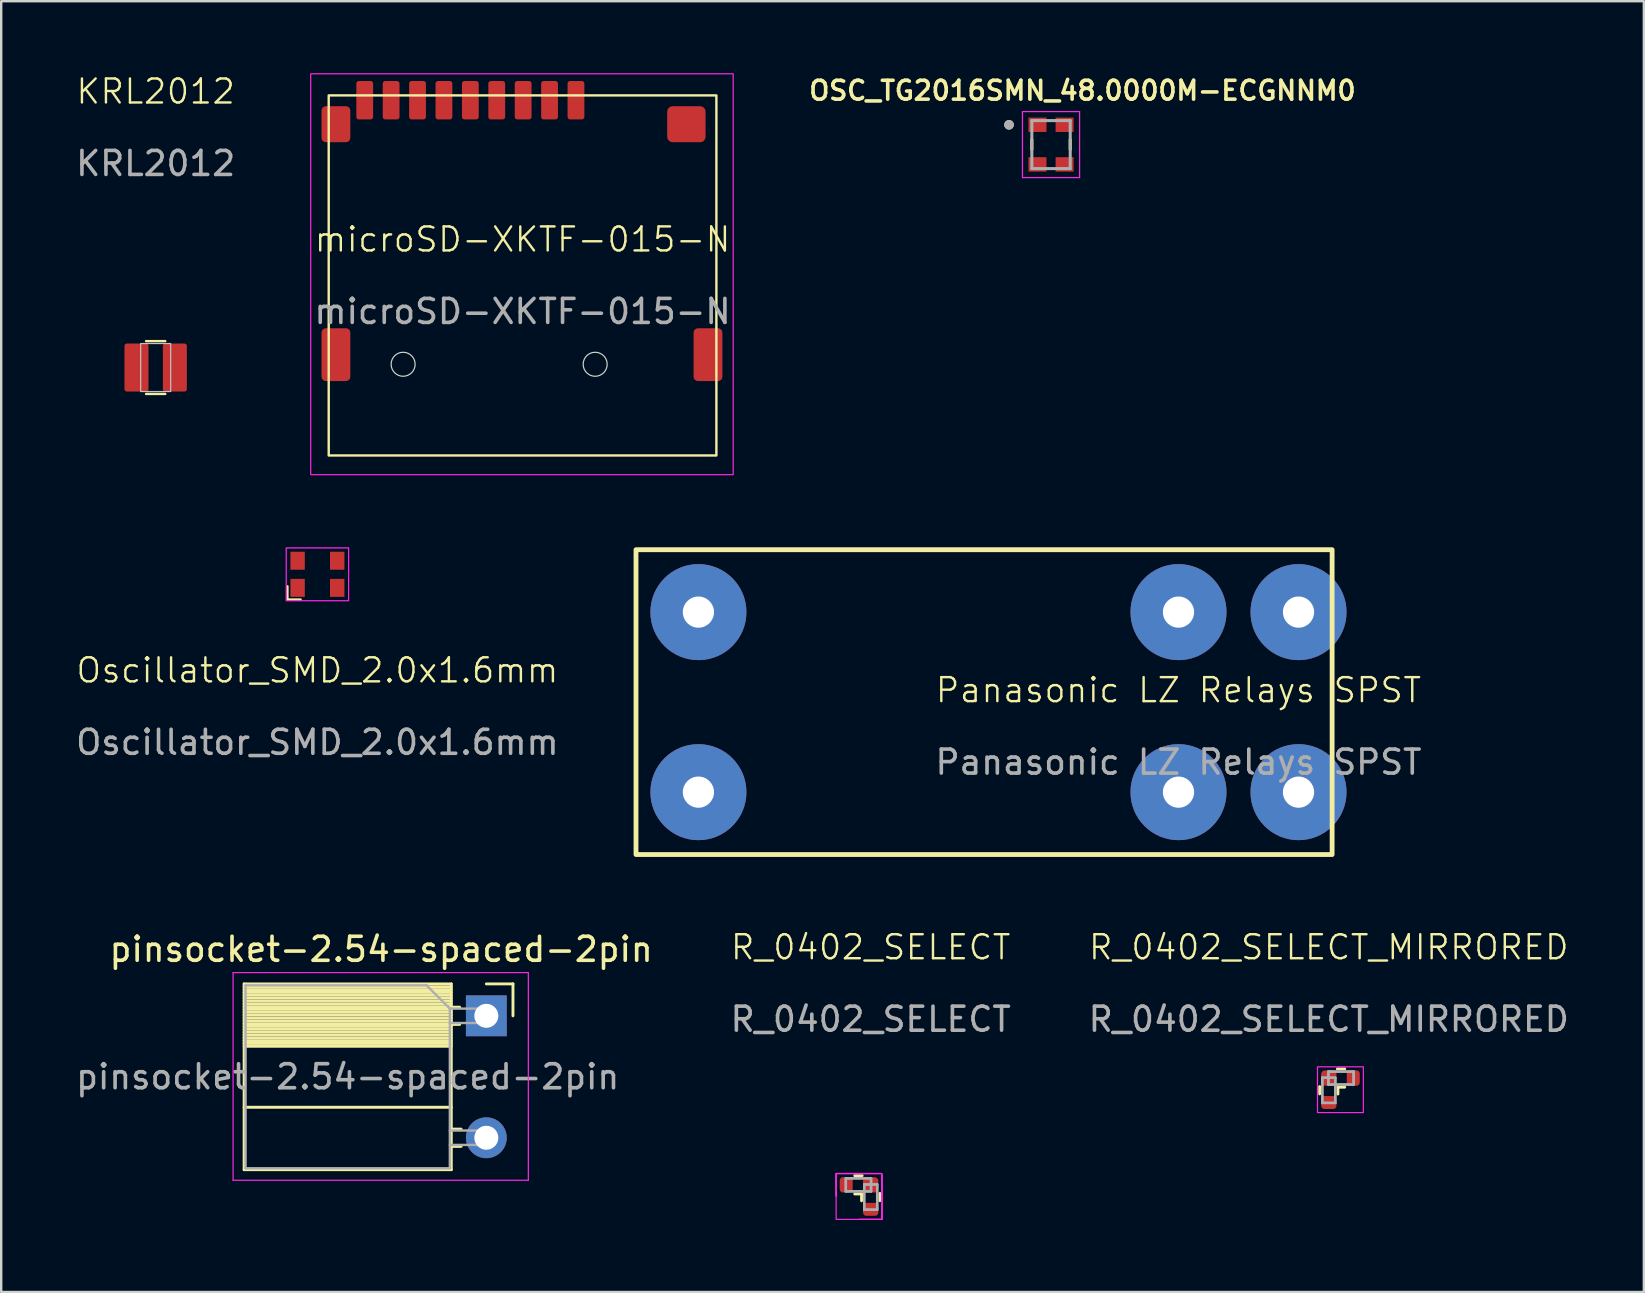
<source format=kicad_pcb>
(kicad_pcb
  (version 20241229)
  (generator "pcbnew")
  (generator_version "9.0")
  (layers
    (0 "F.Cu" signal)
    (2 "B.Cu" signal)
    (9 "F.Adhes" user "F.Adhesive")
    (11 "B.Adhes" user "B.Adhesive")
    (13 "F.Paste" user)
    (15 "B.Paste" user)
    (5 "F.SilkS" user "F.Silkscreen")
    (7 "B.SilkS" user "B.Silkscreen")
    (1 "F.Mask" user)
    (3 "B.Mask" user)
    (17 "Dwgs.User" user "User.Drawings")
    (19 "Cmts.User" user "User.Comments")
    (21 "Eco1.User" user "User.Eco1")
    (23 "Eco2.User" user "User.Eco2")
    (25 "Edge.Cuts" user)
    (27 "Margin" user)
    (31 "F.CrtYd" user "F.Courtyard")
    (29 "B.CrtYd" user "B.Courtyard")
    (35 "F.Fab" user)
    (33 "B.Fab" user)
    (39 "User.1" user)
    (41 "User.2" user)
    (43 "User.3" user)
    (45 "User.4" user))
  (footprint "Panasonic LZ Relays SPST"
    (layer "F.Cu")
    (at 46.045 26.2)
    (property "Reference" "Panasonic LZ Relays SPST" (at 0 -0.5 0) (unlocked yes) (layer "F.SilkS") (effects (font (size 1 1) (thickness 0.1))))
    (attr smd)
    (fp_rect (start -22.6 -6.35) (end 6.4 6.35) (stroke (width 0.2) (type solid)) (fill no) (layer "F.SilkS"))
    (fp_text user "${REFERENCE}" (at 0 2.5 0) (unlocked yes) (layer "F.Fab") (effects (font (size 1 1) (thickness 0.15))))
    (pad "13" thru_hole circle (at 0 -3.75) (size 4 4) (drill 1.3) (layers "*.Cu" "*.Mask"))
    (pad "13" thru_hole circle (at 0 3.75) (size 4 4) (drill 1.3) (layers "*.Cu" "*.Mask"))
    (pad "14" thru_hole circle (at 5 -3.75) (size 4 4) (drill 1.3) (layers "*.Cu" "*.Mask"))
    (pad "14" thru_hole circle (at 5 3.75) (size 4 4) (drill 1.3) (layers "*.Cu" "*.Mask"))
    (pad "A1" thru_hole circle (at -20 3.75) (size 4 4) (drill 1.3) (layers "*.Cu" "*.Mask"))
    (pad "A2" thru_hole circle (at -20 -3.75) (size 4 4) (drill 1.3) (layers "*.Cu" "*.Mask")))
  (footprint "KRL2012"
    (layer "F.Cu")
    (at 3.435 12.261)
    (property "Reference" "KRL2012" (at 0 -11.5 0) (unlocked yes) (layer "F.SilkS") (effects (font (size 1 1) (thickness 0.1))))
    (attr smd)
    (fp_line (start -0.4 -1.1) (end 0.4 -1.1) (stroke (width 0.1) (type default)) (layer "F.SilkS"))
    (fp_line (start -0.4 1.1) (end 0.4 1.1) (stroke (width 0.1) (type default)) (layer "F.SilkS"))
    (fp_rect (start -0.625 -1) (end 0.625 1) (stroke (width 0.05) (type default)) (fill no) (layer "Dwgs.User"))
    (fp_text user "${REFERENCE}" (at 0 -8.5 0) (unlocked yes) (layer "F.Fab") (effects (font (size 1 1) (thickness 0.15))))
    (pad "1" smd roundrect (at -0.8 0) (size 1 2) (layers "F.Cu" "F.Mask" "F.Paste") (roundrect_rratio 0.1))
    (pad "2" smd roundrect (at 0.8 0) (size 1 2) (layers "F.Cu" "F.Mask" "F.Paste") (roundrect_rratio 0.1)))
  (footprint "OSC_TG2016SMN_48.0000M-ECGNNM0"
    (layer "F.Cu")
    (at 40.735 2.974)
    (property "Reference" "OSC_TG2016SMN_48.0000M-ECGNNM0" (at 1.31 -2.25 0) (layer "F.SilkS") (effects (font (size 0.787 0.787) (thickness 0.15))))
    (attr smd)
    (fp_line (start -0.8 0.205) (end -0.8 -0.205) (stroke (width 0.127) (type solid)) (layer "F.SilkS"))
    (fp_line (start 0.8 -0.205) (end 0.8 0.205) (stroke (width 0.127) (type solid)) (layer "F.SilkS"))
    (fp_circle (center -1.75 -0.825) (end -1.65 -0.825) (stroke (width 0.2) (type solid)) (fill no) (layer "F.SilkS"))
    (fp_line (start -1.19 -1.375) (end -1.19 1.375) (stroke (width 0.05) (type solid)) (layer "F.CrtYd"))
    (fp_line (start -1.19 1.375) (end 1.19 1.375) (stroke (width 0.05) (type solid)) (layer "F.CrtYd"))
    (fp_line (start 1.19 -1.375) (end -1.19 -1.375) (stroke (width 0.05) (type solid)) (layer "F.CrtYd"))
    (fp_line (start 1.19 1.375) (end 1.19 -1.375) (stroke (width 0.05) (type solid)) (layer "F.CrtYd"))
    (fp_line (start -0.8 -1) (end 0.8 -1) (stroke (width 0.127) (type solid)) (layer "F.Fab"))
    (fp_line (start -0.8 1) (end -0.8 -1) (stroke (width 0.127) (type solid)) (layer "F.Fab"))
    (fp_line (start 0.8 -1) (end 0.8 1) (stroke (width 0.127) (type solid)) (layer "F.Fab"))
    (fp_line (start 0.8 1) (end -0.8 1) (stroke (width 0.127) (type solid)) (layer "F.Fab"))
    (fp_circle (center -1.75 -0.825) (end -1.65 -0.825) (stroke (width 0.2) (type solid)) (fill no) (layer "F.Fab"))
    (pad "1" smd rect (at -0.565 -0.825) (size 0.75 0.6) (layers "F.Cu" "F.Mask" "F.Paste"))
    (pad "2" smd rect (at -0.565 0.825) (size 0.75 0.6) (layers "F.Cu" "F.Mask" "F.Paste"))
    (pad "3" smd rect (at 0.565 0.825) (size 0.75 0.6) (layers "F.Cu" "F.Mask" "F.Paste"))
    (pad "4" smd rect (at 0.565 -0.825) (size 0.75 0.6) (layers "F.Cu" "F.Mask" "F.Paste")))
  (footprint "pinsocket-2.54-spaced-2pin"
    (layer "F.Cu")
    (at 17.21 39.268)
    (property "Reference" "pinsocket-2.54-spaced-2pin" (at -4.38 -2.77 0) (layer "F.SilkS") (effects (font (size 1 1) (thickness 0.15))))
    (attr through_hole)
    (fp_line (start -10.09 -1.33) (end -10.09 6.41) (stroke (width 0.12) (type solid)) (layer "F.SilkS"))
    (fp_line (start -10.09 -1.33) (end -1.46 -1.33) (stroke (width 0.12) (type solid)) (layer "F.SilkS"))
    (fp_line (start -10.09 -1.21) (end -1.46 -1.21) (stroke (width 0.12) (type solid)) (layer "F.SilkS"))
    (fp_line (start -10.09 -1.092) (end -1.46 -1.092) (stroke (width 0.12) (type solid)) (layer "F.SilkS"))
    (fp_line (start -10.09 -0.974) (end -1.46 -0.974) (stroke (width 0.12) (type solid)) (layer "F.SilkS"))
    (fp_line (start -10.09 -0.856) (end -1.46 -0.856) (stroke (width 0.12) (type solid)) (layer "F.SilkS"))
    (fp_line (start -10.09 -0.738) (end -1.46 -0.738) (stroke (width 0.12) (type solid)) (layer "F.SilkS"))
    (fp_line (start -10.09 -0.62) (end -1.46 -0.62) (stroke (width 0.12) (type solid)) (layer "F.SilkS"))
    (fp_line (start -10.09 -0.501) (end -1.46 -0.501) (stroke (width 0.12) (type solid)) (layer "F.SilkS"))
    (fp_line (start -10.09 -0.383) (end -1.46 -0.383) (stroke (width 0.12) (type solid)) (layer "F.SilkS"))
    (fp_line (start -10.09 -0.265) (end -1.46 -0.265) (stroke (width 0.12) (type solid)) (layer "F.SilkS"))
    (fp_line (start -10.09 -0.147) (end -1.46 -0.147) (stroke (width 0.12) (type solid)) (layer "F.SilkS"))
    (fp_line (start -10.09 -0.029) (end -1.46 -0.029) (stroke (width 0.12) (type solid)) (layer "F.SilkS"))
    (fp_line (start -10.09 0.089) (end -1.46 0.089) (stroke (width 0.12) (type solid)) (layer "F.SilkS"))
    (fp_line (start -10.09 0.207) (end -1.46 0.207) (stroke (width 0.12) (type solid)) (layer "F.SilkS"))
    (fp_line (start -10.09 0.325) (end -1.46 0.325) (stroke (width 0.12) (type solid)) (layer "F.SilkS"))
    (fp_line (start -10.09 0.443) (end -1.46 0.443) (stroke (width 0.12) (type solid)) (layer "F.SilkS"))
    (fp_line (start -10.09 0.561) (end -1.46 0.561) (stroke (width 0.12) (type solid)) (layer "F.SilkS"))
    (fp_line (start -10.09 0.68) (end -1.46 0.68) (stroke (width 0.12) (type solid)) (layer "F.SilkS"))
    (fp_line (start -10.09 0.798) (end -1.46 0.798) (stroke (width 0.12) (type solid)) (layer "F.SilkS"))
    (fp_line (start -10.09 0.916) (end -1.46 0.916) (stroke (width 0.12) (type solid)) (layer "F.SilkS"))
    (fp_line (start -10.09 1.034) (end -1.46 1.034) (stroke (width 0.12) (type solid)) (layer "F.SilkS"))
    (fp_line (start -10.09 1.152) (end -1.46 1.152) (stroke (width 0.12) (type solid)) (layer "F.SilkS"))
    (fp_line (start -10.09 1.27) (end -1.46 1.27) (stroke (width 0.12) (type solid)) (layer "F.SilkS"))
    (fp_line (start -10.09 3.81) (end -1.46 3.81) (stroke (width 0.12) (type solid)) (layer "F.SilkS"))
    (fp_line (start -10.09 6.41) (end -1.46 6.41) (stroke (width 0.12) (type solid)) (layer "F.SilkS"))
    (fp_line (start -1.46 -1.33) (end -1.46 6.41) (stroke (width 0.12) (type solid)) (layer "F.SilkS"))
    (fp_line (start -1.46 -0.36) (end -1.11 -0.36) (stroke (width 0.12) (type solid)) (layer "F.SilkS"))
    (fp_line (start -1.46 0.36) (end -1.11 0.36) (stroke (width 0.12) (type solid)) (layer "F.SilkS"))
    (fp_line (start -1.46 4.72) (end -1.05 4.72) (stroke (width 0.12) (type solid)) (layer "F.SilkS"))
    (fp_line (start -1.46 5.44) (end -1.05 5.44) (stroke (width 0.12) (type solid)) (layer "F.SilkS"))
    (fp_line (start 0 -1.33) (end 1.11 -1.33) (stroke (width 0.12) (type solid)) (layer "F.SilkS"))
    (fp_line (start 1.11 -1.33) (end 1.11 0) (stroke (width 0.12) (type solid)) (layer "F.SilkS"))
    (fp_line (start -10.55 -1.8) (end -10.55 6.85) (stroke (width 0.05) (type solid)) (layer "F.CrtYd"))
    (fp_line (start -10.55 6.85) (end 1.75 6.85) (stroke (width 0.05) (type solid)) (layer "F.CrtYd"))
    (fp_line (start 1.75 -1.8) (end -10.55 -1.8) (stroke (width 0.05) (type solid)) (layer "F.CrtYd"))
    (fp_line (start 1.75 6.85) (end 1.75 -1.8) (stroke (width 0.05) (type solid)) (layer "F.CrtYd"))
    (fp_line (start -10.03 -1.27) (end -2.49 -1.27) (stroke (width 0.1) (type solid)) (layer "F.Fab"))
    (fp_line (start -10.03 6.35) (end -10.03 -1.27) (stroke (width 0.1) (type solid)) (layer "F.Fab"))
    (fp_line (start -2.49 -1.27) (end -1.52 -0.3) (stroke (width 0.1) (type solid)) (layer "F.Fab"))
    (fp_line (start -1.52 -0.3) (end -1.52 6.35) (stroke (width 0.1) (type solid)) (layer "F.Fab"))
    (fp_line (start -1.52 0.3) (end 0 0.3) (stroke (width 0.1) (type solid)) (layer "F.Fab"))
    (fp_line (start -1.52 5.38) (end 0 5.38) (stroke (width 0.1) (type solid)) (layer "F.Fab"))
    (fp_line (start -1.52 6.35) (end -10.03 6.35) (stroke (width 0.1) (type solid)) (layer "F.Fab"))
    (fp_line (start 0 -0.3) (end -1.52 -0.3) (stroke (width 0.1) (type solid)) (layer "F.Fab"))
    (fp_line (start 0 0.3) (end 0 -0.3) (stroke (width 0.1) (type solid)) (layer "F.Fab"))
    (fp_line (start 0 4.78) (end -1.52 4.78) (stroke (width 0.1) (type solid)) (layer "F.Fab"))
    (fp_line (start 0 5.38) (end 0 4.78) (stroke (width 0.1) (type solid)) (layer "F.Fab"))
    (fp_text user "${REFERENCE}" (at -5.775 2.54 0) (layer "F.Fab") (effects (font (size 1 1) (thickness 0.15))))
    (pad "1" thru_hole rect (at 0 0) (size 1.7 1.7) (drill 1) (layers "*.Cu" "*.Mask"))
    (pad "2" thru_hole oval (at 0 5.08) (size 1.7 1.7) (drill 1) (layers "*.Cu" "*.Mask")))
  (footprint "microSD-XKTF-015-N"
    (layer "F.Cu")
    (at 18.694 12.125)
    (property "Reference" "microSD-XKTF-015-N" (at 0.025 -5.2 0) (unlocked yes) (layer "F.SilkS") (effects (font (size 1 1) (thickness 0.1))))
    (attr smd)
    (fp_rect (start -8.05 -11.2) (end 8.1 3.8) (stroke (width 0.1) (type solid)) (fill no) (layer "F.SilkS"))
    (fp_circle (center -4.95 0) (end -4.45 0) (stroke (width 0.05) (type solid)) (fill no) (layer "Edge.Cuts"))
    (fp_circle (center 3.05 0) (end 3.55 0) (stroke (width 0.05) (type solid)) (fill no) (layer "Edge.Cuts"))
    (fp_rect (start -8.8 -12.1) (end 8.8 4.6) (stroke (width 0.05) (type default)) (fill no) (layer "F.CrtYd"))
    (fp_text user "${REFERENCE}" (at 0.025 -2.2 0) (unlocked yes) (layer "F.Fab") (effects (font (size 1 1) (thickness 0.15))))
    (pad "1" smd roundrect (at 2.25 -11) (size 0.7 1.6) (layers "F.Cu" "F.Mask" "F.Paste") (roundrect_rratio 0.15))
    (pad "2" smd roundrect (at 1.15 -11) (size 0.7 1.6) (layers "F.Cu" "F.Mask" "F.Paste") (roundrect_rratio 0.15))
    (pad "3" smd roundrect (at 0.05 -11) (size 0.7 1.6) (layers "F.Cu" "F.Mask" "F.Paste") (roundrect_rratio 0.15))
    (pad "4" smd roundrect (at -1.05 -11) (size 0.7 1.6) (layers "F.Cu" "F.Mask" "F.Paste") (roundrect_rratio 0.15))
    (pad "5" smd roundrect (at -2.15 -11) (size 0.7 1.6) (layers "F.Cu" "F.Mask" "F.Paste") (roundrect_rratio 0.15))
    (pad "6" smd roundrect (at -3.25 -11) (size 0.7 1.6) (layers "F.Cu" "F.Mask" "F.Paste") (roundrect_rratio 0.15))
    (pad "7" smd roundrect (at -4.35 -11) (size 0.7 1.6) (layers "F.Cu" "F.Mask" "F.Paste") (roundrect_rratio 0.15))
    (pad "8" smd roundrect (at -5.45 -11) (size 0.7 1.6) (layers "F.Cu" "F.Mask" "F.Paste") (roundrect_rratio 0.15))
    (pad "9" smd roundrect (at -6.55 -11) (size 0.7 1.6) (layers "F.Cu" "F.Mask" "F.Paste") (roundrect_rratio 0.15))
    (pad "10" smd roundrect (at -7.75 -10) (size 1.2 1.5) (layers "F.Cu" "F.Mask" "F.Paste") (roundrect_rratio 0.15))
    (pad "10" smd roundrect (at -7.75 -0.4) (size 1.2 2.2) (layers "F.Cu" "F.Mask" "F.Paste") (roundrect_rratio 0.15))
    (pad "10" smd roundrect (at 6.85 -10) (size 1.6 1.5) (layers "F.Cu" "F.Mask" "F.Paste") (roundrect_rratio 0.15))
    (pad "10" smd roundrect (at 7.75 -0.4) (size 1.2 2.2) (layers "F.Cu" "F.Mask" "F.Paste") (roundrect_rratio 0.15)))
  (footprint "R_0402_SELECT"
    (layer "F.Cu")
    (at 33.222 46.309)
    (property "Reference" "R_0402_SELECT" (at 0 -9.898 0) (unlocked yes) (layer "F.SilkS") (effects (font (size 1 1) (thickness 0.1))))
    (attr smd)
    (fp_line (start -0.664 -0.381) (end -0.356 -0.381) (stroke (width 0.12) (type solid)) (layer "F.SilkS"))
    (fp_line (start -0.664 0.381) (end -0.381 0.381) (stroke (width 0.12) (type solid)) (layer "F.SilkS"))
    (fp_line (start -0.381 0.664) (end -0.381 0.381) (stroke (width 0.12) (type solid)) (layer "F.SilkS"))
    (fp_line (start 0.381 0.66) (end 0.381 0.356) (stroke (width 0.12) (type solid)) (layer "F.SilkS"))
    (fp_line (start -1.44 -0.47) (end 0.42 -0.47) (stroke (width 0.05) (type solid)) (layer "F.CrtYd"))
    (fp_line (start -1.44 -0.47) (end 0.42 -0.47) (stroke (width 0.05) (type solid)) (layer "F.CrtYd"))
    (fp_line (start -1.44 0.47) (end -1.44 -0.47) (stroke (width 0.05) (type solid)) (layer "F.CrtYd"))
    (fp_line (start -1.44 0.47) (end -1.44 -0.47) (stroke (width 0.05) (type solid)) (layer "F.CrtYd"))
    (fp_line (start 0.47 -0.42) (end 0.47 1.44) (stroke (width 0.05) (type solid)) (layer "F.CrtYd"))
    (fp_line (start 0.47 -0.42) (end 0.47 1.44) (stroke (width 0.05) (type solid)) (layer "F.CrtYd"))
    (fp_line (start 0.47 1.44) (end -0.47 1.44) (stroke (width 0.05) (type solid)) (layer "F.CrtYd"))
    (fp_line (start 0.47 1.44) (end -0.47 1.44) (stroke (width 0.05) (type solid)) (layer "F.CrtYd"))
    (fp_rect (start -1.44 -0.47) (end 0.47 1.44) (stroke (width 0.05) (type default)) (fill no) (layer "F.CrtYd"))
    (fp_line (start -1.035 -0.27) (end 0.015 -0.27) (stroke (width 0.1) (type solid)) (layer "F.Fab"))
    (fp_line (start -1.035 -0.27) (end 0.015 -0.27) (stroke (width 0.1) (type solid)) (layer "F.Fab"))
    (fp_line (start -1.035 0.27) (end -1.035 -0.27) (stroke (width 0.1) (type solid)) (layer "F.Fab"))
    (fp_line (start -1.035 0.27) (end -1.035 -0.27) (stroke (width 0.1) (type solid)) (layer "F.Fab"))
    (fp_line (start -0.27 -0.015) (end 0.27 -0.015) (stroke (width 0.1) (type solid)) (layer "F.Fab"))
    (fp_line (start -0.27 -0.015) (end 0.27 -0.015) (stroke (width 0.1) (type solid)) (layer "F.Fab"))
    (fp_line (start -0.27 1.035) (end -0.27 -0.015) (stroke (width 0.1) (type solid)) (layer "F.Fab"))
    (fp_line (start -0.27 1.035) (end -0.27 -0.015) (stroke (width 0.1) (type solid)) (layer "F.Fab"))
    (fp_line (start 0.015 -0.27) (end 0.015 0.27) (stroke (width 0.1) (type solid)) (layer "F.Fab"))
    (fp_line (start 0.015 -0.27) (end 0.015 0.27) (stroke (width 0.1) (type solid)) (layer "F.Fab"))
    (fp_line (start 0.015 0.27) (end -1.035 0.27) (stroke (width 0.1) (type solid)) (layer "F.Fab"))
    (fp_line (start 0.015 0.27) (end -1.035 0.27) (stroke (width 0.1) (type solid)) (layer "F.Fab"))
    (fp_line (start 0.27 -0.015) (end 0.27 1.035) (stroke (width 0.1) (type solid)) (layer "F.Fab"))
    (fp_line (start 0.27 -0.015) (end 0.27 1.035) (stroke (width 0.1) (type solid)) (layer "F.Fab"))
    (fp_line (start 0.27 1.035) (end -0.27 1.035) (stroke (width 0.1) (type solid)) (layer "F.Fab"))
    (fp_line (start 0.27 1.035) (end -0.27 1.035) (stroke (width 0.1) (type solid)) (layer "F.Fab"))
    (fp_text user "${REFERENCE}" (at 0 -6.898 0) (unlocked yes) (layer "F.Fab") (effects (font (size 1 1) (thickness 0.15))))
    (pad "1" smd roundrect (at -1.02 0) (size 0.54 0.64) (layers "F.Cu" "F.Mask" "F.Paste") (roundrect_rratio 0.25))
    (pad "2" smd roundrect (at 0 0 90) (size 0.64 0.64) (layers "F.Cu" "F.Mask" "F.Paste") (roundrect_rratio 0.25))
    (pad "3" smd roundrect (at 0 1.02 90) (size 0.54 0.64) (layers "F.Cu" "F.Mask" "F.Paste") (roundrect_rratio 0.25)))
  (footprint "R_0402_SELECT_MIRRORED"
    (layer "F.Cu")
    (at 52.306 41.861)
    (property "Reference" "R_0402_SELECT_MIRRORED" (at 0 -5.45 0) (unlocked yes) (layer "F.SilkS") (effects (font (size 1 1) (thickness 0.1))))
    (attr smd)
    (fp_line (start -0.381 0.66) (end -0.381 0.356) (stroke (width 0.12) (type solid)) (layer "F.SilkS"))
    (fp_line (start 0.381 0.664) (end 0.381 0.381) (stroke (width 0.12) (type solid)) (layer "F.SilkS"))
    (fp_line (start 0.664 -0.381) (end 0.356 -0.381) (stroke (width 0.12) (type solid)) (layer "F.SilkS"))
    (fp_line (start 0.664 0.381) (end 0.381 0.381) (stroke (width 0.12) (type solid)) (layer "F.SilkS"))
    (fp_rect (start 1.44 -0.47) (end -0.47 1.44) (stroke (width 0.05) (type default)) (fill no) (layer "F.CrtYd"))
    (fp_line (start -0.27 -0.015) (end -0.27 1.035) (stroke (width 0.1) (type solid)) (layer "F.Fab"))
    (fp_line (start -0.27 -0.015) (end -0.27 1.035) (stroke (width 0.1) (type solid)) (layer "F.Fab"))
    (fp_line (start -0.27 1.035) (end 0.27 1.035) (stroke (width 0.1) (type solid)) (layer "F.Fab"))
    (fp_line (start -0.27 1.035) (end 0.27 1.035) (stroke (width 0.1) (type solid)) (layer "F.Fab"))
    (fp_line (start -0.015 -0.27) (end -0.015 0.27) (stroke (width 0.1) (type solid)) (layer "F.Fab"))
    (fp_line (start -0.015 -0.27) (end -0.015 0.27) (stroke (width 0.1) (type solid)) (layer "F.Fab"))
    (fp_line (start -0.015 0.27) (end 1.035 0.27) (stroke (width 0.1) (type solid)) (layer "F.Fab"))
    (fp_line (start -0.015 0.27) (end 1.035 0.27) (stroke (width 0.1) (type solid)) (layer "F.Fab"))
    (fp_line (start 0.27 -0.015) (end -0.27 -0.015) (stroke (width 0.1) (type solid)) (layer "F.Fab"))
    (fp_line (start 0.27 -0.015) (end -0.27 -0.015) (stroke (width 0.1) (type solid)) (layer "F.Fab"))
    (fp_line (start 0.27 1.035) (end 0.27 -0.015) (stroke (width 0.1) (type solid)) (layer "F.Fab"))
    (fp_line (start 0.27 1.035) (end 0.27 -0.015) (stroke (width 0.1) (type solid)) (layer "F.Fab"))
    (fp_line (start 1.035 -0.27) (end -0.015 -0.27) (stroke (width 0.1) (type solid)) (layer "F.Fab"))
    (fp_line (start 1.035 -0.27) (end -0.015 -0.27) (stroke (width 0.1) (type solid)) (layer "F.Fab"))
    (fp_line (start 1.035 0.27) (end 1.035 -0.27) (stroke (width 0.1) (type solid)) (layer "F.Fab"))
    (fp_line (start 1.035 0.27) (end 1.035 -0.27) (stroke (width 0.1) (type solid)) (layer "F.Fab"))
    (fp_text user "${REFERENCE}" (at 0 -2.45 0) (unlocked yes) (layer "F.Fab") (effects (font (size 1 1) (thickness 0.15))))
    (pad "1" smd roundrect (at 1.02 0) (size 0.54 0.64) (layers "F.Cu" "F.Mask" "F.Paste") (roundrect_rratio 0.25))
    (pad "2" smd roundrect (at 0 0 270) (size 0.64 0.64) (layers "F.Cu" "F.Mask" "F.Paste") (roundrect_rratio 0.25))
    (pad "3" smd roundrect (at 0 1.02 270) (size 0.54 0.64) (layers "F.Cu" "F.Mask" "F.Paste") (roundrect_rratio 0.25)))
  (footprint "Oscillator_SMD_2.0x1.6mm"
    (layer "F.Cu")
    (at 10.173 20.875)
    (property "Reference" "Oscillator_SMD_2.0x1.6mm" (at 0 4 0) (unlocked yes) (layer "F.SilkS") (effects (font (size 1 1) (thickness 0.1))))
    (attr smd)
    (fp_line (start -1.25 0.5) (end -1.25 1.05) (stroke (width 0.1) (type default)) (layer "F.SilkS"))
    (fp_line (start -1.25 1.05) (end -0.7 1.05) (stroke (width 0.1) (type default)) (layer "F.SilkS"))
    (fp_rect (start -1.3 -1.1) (end 1.3 1.1) (stroke (width 0.05) (type default)) (fill no) (layer "F.CrtYd"))
    (fp_text user "${REFERENCE}" (at 0 7 0) (unlocked yes) (layer "F.Fab") (effects (font (size 1 1) (thickness 0.15))))
    (pad "1" smd rect (at -0.825 0.565) (size 0.6 0.75) (layers "F.Cu" "F.Mask" "F.Paste"))
    (pad "2" smd rect (at 0.825 0.565) (size 0.6 0.75) (layers "F.Cu" "F.Mask" "F.Paste"))
    (pad "3" smd rect (at 0.825 -0.565) (size 0.6 0.75) (layers "F.Cu" "F.Mask" "F.Paste"))
    (pad "4" smd rect (at -0.825 -0.565) (size 0.6 0.75) (layers "F.Cu" "F.Mask" "F.Paste")))
  (gr_rect
    (start -3 -3)
    (end 65.431 50.773)
    (stroke (width 0.1) (type default))
    (fill no)
    (layer "Edge.Cuts")))
</source>
